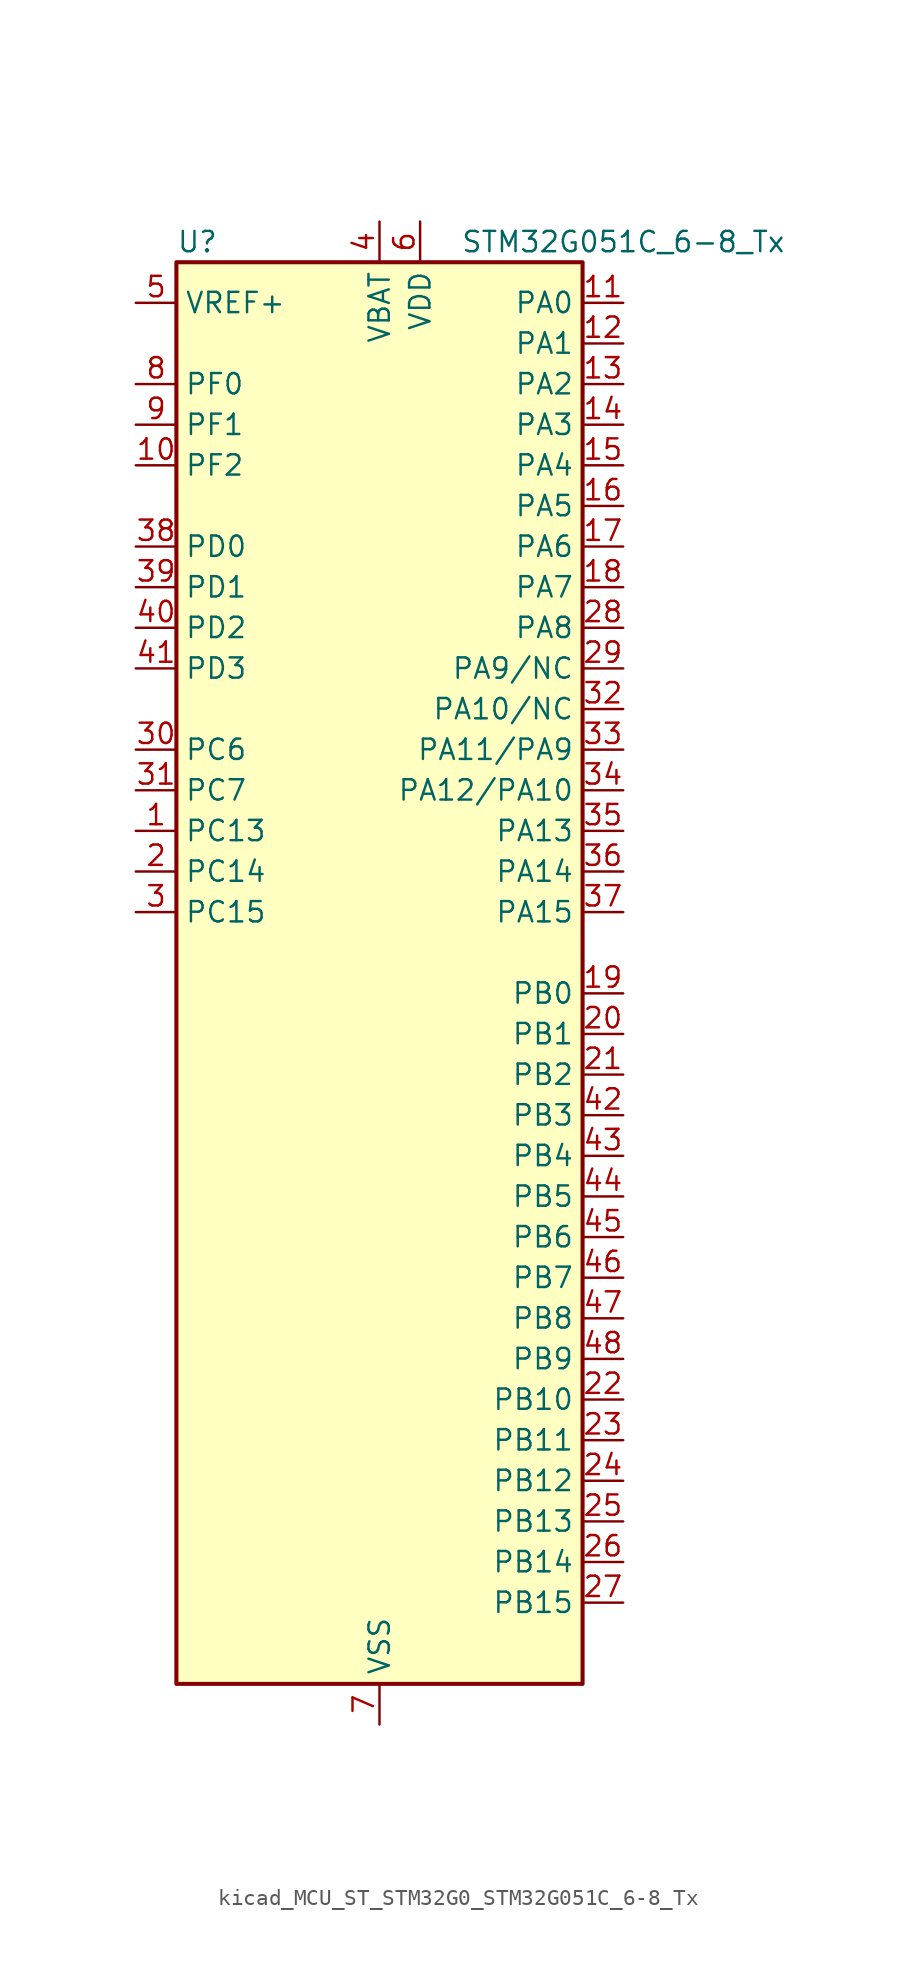
<source format=kicad_sym>
(kicad_symbol_lib
  (version 20220914)
  (generator kicad_symbol_editor)
  (symbol "kicad_MCU_ST_STM32G0_STM32G051C_6-8_Tx"
    (property "Reference" "U"
      (at -12.7 46.99 0)
      (effects (font (size 1.27 1.27)) (justify left)))
    (property "Value" "STM32G051C_6-8_Tx"
      (at 5.08 46.99 0)
      (effects (font (size 1.27 1.27)) (justify left)))
    (property "ki_locked" ""
      (at 0 0 0)
      (effects (font (size 1.27 1.27))))
    (symbol "kicad_MCU_ST_STM32G0_STM32G051C_6-8_Tx_0_1"
      (rectangle (start -12.7 -43.18) (end 12.7 45.72) (stroke (width 0.254) (type default)) (fill (type background))))
    (symbol "kicad_MCU_ST_STM32G0_STM32G051C_6-8_Tx_1_1"
      (pin bidirectional line (at -15.24 10.16 0) (length 2.54) (name "PC13" (effects (font (size 1.27 1.27)))) (number "1" (effects (font (size 1.27 1.27)))) (alternate "RTC_OUT1" bidirectional line) (alternate "RTC_TAMP_IN1" bidirectional line) (alternate "RTC_TS" bidirectional line) (alternate "SYS_WKUP2" bidirectional line) (alternate "TIM1_BK" bidirectional line))
      (pin bidirectional line (at -15.24 33.02 0) (length 2.54) (name "PF2" (effects (font (size 1.27 1.27)))) (number "10" (effects (font (size 1.27 1.27)))) (alternate "RCC_MCO" bidirectional line))
      (pin bidirectional line (at 15.24 43.18 180) (length 2.54) (name "PA0" (effects (font (size 1.27 1.27)))) (number "11" (effects (font (size 1.27 1.27)))) (alternate "ADC1_IN0" bidirectional line) (alternate "COMP1_INM" bidirectional line) (alternate "COMP1_OUT" bidirectional line) (alternate "LPTIM1_OUT" bidirectional line) (alternate "RTC_TAMP_IN2" bidirectional line) (alternate "SPI2_SCK" bidirectional line) (alternate "SYS_WKUP1" bidirectional line) (alternate "TIM2_CH1" bidirectional line) (alternate "TIM2_ETR" bidirectional line) (alternate "USART2_CTS" bidirectional line) (alternate "USART2_NSS" bidirectional line))
      (pin bidirectional line (at 15.24 40.64 180) (length 2.54) (name "PA1" (effects (font (size 1.27 1.27)))) (number "12" (effects (font (size 1.27 1.27)))) (alternate "ADC1_IN1" bidirectional line) (alternate "COMP1_INP" bidirectional line) (alternate "I2C1_SMBA" bidirectional line) (alternate "I2S1_CK" bidirectional line) (alternate "SPI1_SCK" bidirectional line) (alternate "TIM15_CH1N" bidirectional line) (alternate "TIM2_CH2" bidirectional line) (alternate "USART2_CK" bidirectional line) (alternate "USART2_DE" bidirectional line) (alternate "USART2_RTS" bidirectional line))
      (pin bidirectional line (at 15.24 38.1 180) (length 2.54) (name "PA2" (effects (font (size 1.27 1.27)))) (number "13" (effects (font (size 1.27 1.27)))) (alternate "ADC1_IN2" bidirectional line) (alternate "COMP2_INM" bidirectional line) (alternate "COMP2_OUT" bidirectional line) (alternate "I2S1_SD" bidirectional line) (alternate "LPUART1_TX" bidirectional line) (alternate "RCC_LSCO" bidirectional line) (alternate "SPI1_MOSI" bidirectional line) (alternate "SYS_WKUP4" bidirectional line) (alternate "TIM15_CH1" bidirectional line) (alternate "TIM2_CH3" bidirectional line) (alternate "USART2_TX" bidirectional line))
      (pin bidirectional line (at 15.24 35.56 180) (length 2.54) (name "PA3" (effects (font (size 1.27 1.27)))) (number "14" (effects (font (size 1.27 1.27)))) (alternate "ADC1_IN3" bidirectional line) (alternate "COMP2_INP" bidirectional line) (alternate "LPUART1_RX" bidirectional line) (alternate "SPI2_MISO" bidirectional line) (alternate "TIM15_CH2" bidirectional line) (alternate "TIM2_CH4" bidirectional line) (alternate "USART2_RX" bidirectional line))
      (pin bidirectional line (at 15.24 33.02 180) (length 2.54) (name "PA4" (effects (font (size 1.27 1.27)))) (number "15" (effects (font (size 1.27 1.27)))) (alternate "ADC1_IN4" bidirectional line) (alternate "DAC1_OUT1" bidirectional line) (alternate "I2S1_WS" bidirectional line) (alternate "LPTIM2_OUT" bidirectional line) (alternate "RTC_OUT2" bidirectional line) (alternate "SPI1_NSS" bidirectional line) (alternate "SPI2_MOSI" bidirectional line) (alternate "TIM14_CH1" bidirectional line))
      (pin bidirectional line (at 15.24 30.48 180) (length 2.54) (name "PA5" (effects (font (size 1.27 1.27)))) (number "16" (effects (font (size 1.27 1.27)))) (alternate "ADC1_IN5" bidirectional line) (alternate "DAC1_OUT2" bidirectional line) (alternate "I2S1_CK" bidirectional line) (alternate "LPTIM2_ETR" bidirectional line) (alternate "SPI1_SCK" bidirectional line) (alternate "TIM2_CH1" bidirectional line) (alternate "TIM2_ETR" bidirectional line))
      (pin bidirectional line (at 15.24 27.94 180) (length 2.54) (name "PA6" (effects (font (size 1.27 1.27)))) (number "17" (effects (font (size 1.27 1.27)))) (alternate "ADC1_IN6" bidirectional line) (alternate "COMP1_OUT" bidirectional line) (alternate "I2S1_MCK" bidirectional line) (alternate "LPUART1_CTS" bidirectional line) (alternate "SPI1_MISO" bidirectional line) (alternate "TIM16_CH1" bidirectional line) (alternate "TIM1_BK" bidirectional line) (alternate "TIM3_CH1" bidirectional line))
      (pin bidirectional line (at 15.24 25.4 180) (length 2.54) (name "PA7" (effects (font (size 1.27 1.27)))) (number "18" (effects (font (size 1.27 1.27)))) (alternate "ADC1_IN7" bidirectional line) (alternate "COMP2_OUT" bidirectional line) (alternate "I2S1_SD" bidirectional line) (alternate "SPI1_MOSI" bidirectional line) (alternate "TIM14_CH1" bidirectional line) (alternate "TIM17_CH1" bidirectional line) (alternate "TIM1_CH1N" bidirectional line) (alternate "TIM3_CH2" bidirectional line))
      (pin bidirectional line (at 15.24 0 180) (length 2.54) (name "PB0" (effects (font (size 1.27 1.27)))) (number "19" (effects (font (size 1.27 1.27)))) (alternate "ADC1_IN8" bidirectional line) (alternate "COMP1_OUT" bidirectional line) (alternate "I2S1_WS" bidirectional line) (alternate "LPTIM1_OUT" bidirectional line) (alternate "SPI1_NSS" bidirectional line) (alternate "TIM1_CH2N" bidirectional line) (alternate "TIM3_CH3" bidirectional line))
      (pin bidirectional line (at -15.24 7.62 0) (length 2.54) (name "PC14" (effects (font (size 1.27 1.27)))) (number "2" (effects (font (size 1.27 1.27)))) (alternate "RCC_OSC32_IN" bidirectional line) (alternate "TIM1_BK2" bidirectional line))
      (pin bidirectional line (at 15.24 -2.54 180) (length 2.54) (name "PB1" (effects (font (size 1.27 1.27)))) (number "20" (effects (font (size 1.27 1.27)))) (alternate "ADC1_IN9" bidirectional line) (alternate "COMP1_INM" bidirectional line) (alternate "LPTIM2_IN1" bidirectional line) (alternate "LPUART1_DE" bidirectional line) (alternate "LPUART1_RTS" bidirectional line) (alternate "TIM14_CH1" bidirectional line) (alternate "TIM1_CH3N" bidirectional line) (alternate "TIM3_CH4" bidirectional line))
      (pin bidirectional line (at 15.24 -5.08 180) (length 2.54) (name "PB2" (effects (font (size 1.27 1.27)))) (number "21" (effects (font (size 1.27 1.27)))) (alternate "ADC1_IN10" bidirectional line) (alternate "COMP1_INP" bidirectional line) (alternate "LPTIM1_OUT" bidirectional line) (alternate "SPI2_MISO" bidirectional line))
      (pin bidirectional line (at 15.24 -25.4 180) (length 2.54) (name "PB10" (effects (font (size 1.27 1.27)))) (number "22" (effects (font (size 1.27 1.27)))) (alternate "ADC1_IN11" bidirectional line) (alternate "COMP1_OUT" bidirectional line) (alternate "I2C2_SCL" bidirectional line) (alternate "LPUART1_RX" bidirectional line) (alternate "SPI2_SCK" bidirectional line) (alternate "TIM2_CH3" bidirectional line))
      (pin bidirectional line (at 15.24 -27.94 180) (length 2.54) (name "PB11" (effects (font (size 1.27 1.27)))) (number "23" (effects (font (size 1.27 1.27)))) (alternate "ADC1_EXTI11" bidirectional line) (alternate "ADC1_IN15" bidirectional line) (alternate "COMP2_OUT" bidirectional line) (alternate "I2C2_SDA" bidirectional line) (alternate "LPUART1_TX" bidirectional line) (alternate "SPI2_MOSI" bidirectional line) (alternate "TIM2_CH4" bidirectional line))
      (pin bidirectional line (at 15.24 -30.48 180) (length 2.54) (name "PB12" (effects (font (size 1.27 1.27)))) (number "24" (effects (font (size 1.27 1.27)))) (alternate "ADC1_IN16" bidirectional line) (alternate "LPUART1_DE" bidirectional line) (alternate "LPUART1_RTS" bidirectional line) (alternate "SPI2_NSS" bidirectional line) (alternate "TIM15_BK" bidirectional line) (alternate "TIM1_BK" bidirectional line))
      (pin bidirectional line (at 15.24 -33.02 180) (length 2.54) (name "PB13" (effects (font (size 1.27 1.27)))) (number "25" (effects (font (size 1.27 1.27)))) (alternate "I2C2_SCL" bidirectional line) (alternate "LPUART1_CTS" bidirectional line) (alternate "SPI2_SCK" bidirectional line) (alternate "TIM15_CH1N" bidirectional line) (alternate "TIM1_CH1N" bidirectional line))
      (pin bidirectional line (at 15.24 -35.56 180) (length 2.54) (name "PB14" (effects (font (size 1.27 1.27)))) (number "26" (effects (font (size 1.27 1.27)))) (alternate "I2C2_SDA" bidirectional line) (alternate "SPI2_MISO" bidirectional line) (alternate "TIM15_CH1" bidirectional line) (alternate "TIM1_CH2N" bidirectional line))
      (pin bidirectional line (at 15.24 -38.1 180) (length 2.54) (name "PB15" (effects (font (size 1.27 1.27)))) (number "27" (effects (font (size 1.27 1.27)))) (alternate "RTC_REFIN" bidirectional line) (alternate "SPI2_MOSI" bidirectional line) (alternate "TIM15_CH1N" bidirectional line) (alternate "TIM15_CH2" bidirectional line) (alternate "TIM1_CH3N" bidirectional line))
      (pin bidirectional line (at 15.24 22.86 180) (length 2.54) (name "PA8" (effects (font (size 1.27 1.27)))) (number "28" (effects (font (size 1.27 1.27)))) (alternate "LPTIM2_OUT" bidirectional line) (alternate "RCC_MCO" bidirectional line) (alternate "SPI2_NSS" bidirectional line) (alternate "TIM1_CH1" bidirectional line))
      (pin bidirectional line (at 15.24 20.32 180) (length 2.54) (name "PA9/NC" (effects (font (size 1.27 1.27)))) (number "29" (effects (font (size 1.27 1.27)))) (alternate "DAC1_EXTI9" bidirectional line) (alternate "I2C1_SCL" bidirectional line) (alternate "RCC_MCO" bidirectional line) (alternate "SPI2_MISO" bidirectional line) (alternate "TIM15_BK" bidirectional line) (alternate "TIM1_CH2" bidirectional line) (alternate "USART1_TX" bidirectional line))
      (pin bidirectional line (at -15.24 5.08 0) (length 2.54) (name "PC15" (effects (font (size 1.27 1.27)))) (number "3" (effects (font (size 1.27 1.27)))) (alternate "RCC_OSC32_EN" bidirectional line) (alternate "RCC_OSC32_OUT" bidirectional line) (alternate "RCC_OSC_EN" bidirectional line) (alternate "TIM15_BK" bidirectional line))
      (pin bidirectional line (at -15.24 15.24 0) (length 2.54) (name "PC6" (effects (font (size 1.27 1.27)))) (number "30" (effects (font (size 1.27 1.27)))) (alternate "TIM2_CH3" bidirectional line) (alternate "TIM3_CH1" bidirectional line))
      (pin bidirectional line (at -15.24 12.7 0) (length 2.54) (name "PC7" (effects (font (size 1.27 1.27)))) (number "31" (effects (font (size 1.27 1.27)))) (alternate "TIM2_CH4" bidirectional line) (alternate "TIM3_CH2" bidirectional line))
      (pin bidirectional line (at 15.24 17.78 180) (length 2.54) (name "PA10/NC" (effects (font (size 1.27 1.27)))) (number "32" (effects (font (size 1.27 1.27)))) (alternate "I2C1_SDA" bidirectional line) (alternate "SPI2_MOSI" bidirectional line) (alternate "TIM17_BK" bidirectional line) (alternate "TIM1_CH3" bidirectional line) (alternate "USART1_RX" bidirectional line))
      (pin bidirectional line (at 15.24 15.24 180) (length 2.54) (name "PA11/PA9" (effects (font (size 1.27 1.27)))) (number "33" (effects (font (size 1.27 1.27)))) (alternate "ADC1_EXTI11" bidirectional line) (alternate "COMP1_OUT" bidirectional line) (alternate "I2C2_SCL" bidirectional line) (alternate "I2S1_MCK" bidirectional line) (alternate "SPI1_MISO" bidirectional line) (alternate "TIM1_BK2" bidirectional line) (alternate "TIM1_CH4" bidirectional line) (alternate "USART1_CTS" bidirectional line) (alternate "USART1_NSS" bidirectional line))
      (pin bidirectional line (at 15.24 12.7 180) (length 2.54) (name "PA12/PA10" (effects (font (size 1.27 1.27)))) (number "34" (effects (font (size 1.27 1.27)))) (alternate "COMP2_OUT" bidirectional line) (alternate "I2C2_SDA" bidirectional line) (alternate "I2S1_SD" bidirectional line) (alternate "I2S_CKIN" bidirectional line) (alternate "SPI1_MOSI" bidirectional line) (alternate "TIM1_ETR" bidirectional line) (alternate "USART1_CK" bidirectional line) (alternate "USART1_DE" bidirectional line) (alternate "USART1_RTS" bidirectional line))
      (pin bidirectional line (at 15.24 10.16 180) (length 2.54) (name "PA13" (effects (font (size 1.27 1.27)))) (number "35" (effects (font (size 1.27 1.27)))) (alternate "ADC1_IN17" bidirectional line) (alternate "IR_OUT" bidirectional line) (alternate "SYS_SWDIO" bidirectional line))
      (pin bidirectional line (at 15.24 7.62 180) (length 2.54) (name "PA14" (effects (font (size 1.27 1.27)))) (number "36" (effects (font (size 1.27 1.27)))) (alternate "ADC1_IN18" bidirectional line) (alternate "SYS_SWCLK" bidirectional line) (alternate "USART2_TX" bidirectional line))
      (pin bidirectional line (at 15.24 5.08 180) (length 2.54) (name "PA15" (effects (font (size 1.27 1.27)))) (number "37" (effects (font (size 1.27 1.27)))) (alternate "I2S1_WS" bidirectional line) (alternate "SPI1_NSS" bidirectional line) (alternate "TIM2_CH1" bidirectional line) (alternate "TIM2_ETR" bidirectional line) (alternate "USART2_RX" bidirectional line))
      (pin bidirectional line (at -15.24 27.94 0) (length 2.54) (name "PD0" (effects (font (size 1.27 1.27)))) (number "38" (effects (font (size 1.27 1.27)))) (alternate "SPI2_NSS" bidirectional line) (alternate "TIM16_CH1" bidirectional line))
      (pin bidirectional line (at -15.24 25.4 0) (length 2.54) (name "PD1" (effects (font (size 1.27 1.27)))) (number "39" (effects (font (size 1.27 1.27)))) (alternate "SPI2_SCK" bidirectional line) (alternate "TIM17_CH1" bidirectional line))
      (pin power_in line (at 0 48.26 270) (length 2.54) (name "VBAT" (effects (font (size 1.27 1.27)))) (number "4" (effects (font (size 1.27 1.27)))))
      (pin bidirectional line (at -15.24 22.86 0) (length 2.54) (name "PD2" (effects (font (size 1.27 1.27)))) (number "40" (effects (font (size 1.27 1.27)))) (alternate "TIM1_CH1N" bidirectional line) (alternate "TIM3_ETR" bidirectional line))
      (pin bidirectional line (at -15.24 20.32 0) (length 2.54) (name "PD3" (effects (font (size 1.27 1.27)))) (number "41" (effects (font (size 1.27 1.27)))) (alternate "SPI2_MISO" bidirectional line) (alternate "TIM1_CH2N" bidirectional line) (alternate "USART2_CTS" bidirectional line) (alternate "USART2_NSS" bidirectional line))
      (pin bidirectional line (at 15.24 -7.62 180) (length 2.54) (name "PB3" (effects (font (size 1.27 1.27)))) (number "42" (effects (font (size 1.27 1.27)))) (alternate "COMP2_INM" bidirectional line) (alternate "I2S1_CK" bidirectional line) (alternate "SPI1_SCK" bidirectional line) (alternate "TIM1_CH2" bidirectional line) (alternate "TIM2_CH2" bidirectional line) (alternate "USART1_CK" bidirectional line) (alternate "USART1_DE" bidirectional line) (alternate "USART1_RTS" bidirectional line))
      (pin bidirectional line (at 15.24 -10.16 180) (length 2.54) (name "PB4" (effects (font (size 1.27 1.27)))) (number "43" (effects (font (size 1.27 1.27)))) (alternate "COMP2_INP" bidirectional line) (alternate "I2S1_MCK" bidirectional line) (alternate "SPI1_MISO" bidirectional line) (alternate "TIM17_BK" bidirectional line) (alternate "TIM3_CH1" bidirectional line) (alternate "USART1_CTS" bidirectional line) (alternate "USART1_NSS" bidirectional line))
      (pin bidirectional line (at 15.24 -12.7 180) (length 2.54) (name "PB5" (effects (font (size 1.27 1.27)))) (number "44" (effects (font (size 1.27 1.27)))) (alternate "COMP2_OUT" bidirectional line) (alternate "I2C1_SMBA" bidirectional line) (alternate "I2S1_SD" bidirectional line) (alternate "LPTIM1_IN1" bidirectional line) (alternate "SPI1_MOSI" bidirectional line) (alternate "SYS_WKUP6" bidirectional line) (alternate "TIM16_BK" bidirectional line) (alternate "TIM3_CH2" bidirectional line))
      (pin bidirectional line (at 15.24 -15.24 180) (length 2.54) (name "PB6" (effects (font (size 1.27 1.27)))) (number "45" (effects (font (size 1.27 1.27)))) (alternate "COMP2_INP" bidirectional line) (alternate "I2C1_SCL" bidirectional line) (alternate "LPTIM1_ETR" bidirectional line) (alternate "SPI2_MISO" bidirectional line) (alternate "TIM16_CH1N" bidirectional line) (alternate "TIM1_CH3" bidirectional line) (alternate "USART1_TX" bidirectional line))
      (pin bidirectional line (at 15.24 -17.78 180) (length 2.54) (name "PB7" (effects (font (size 1.27 1.27)))) (number "46" (effects (font (size 1.27 1.27)))) (alternate "COMP2_INM" bidirectional line) (alternate "I2C1_SDA" bidirectional line) (alternate "LPTIM1_IN2" bidirectional line) (alternate "SPI2_MOSI" bidirectional line) (alternate "SYS_PVD_IN" bidirectional line) (alternate "TIM17_CH1N" bidirectional line) (alternate "USART1_RX" bidirectional line))
      (pin bidirectional line (at 15.24 -20.32 180) (length 2.54) (name "PB8" (effects (font (size 1.27 1.27)))) (number "47" (effects (font (size 1.27 1.27)))) (alternate "I2C1_SCL" bidirectional line) (alternate "SPI2_SCK" bidirectional line) (alternate "TIM15_BK" bidirectional line) (alternate "TIM16_CH1" bidirectional line))
      (pin bidirectional line (at 15.24 -22.86 180) (length 2.54) (name "PB9" (effects (font (size 1.27 1.27)))) (number "48" (effects (font (size 1.27 1.27)))) (alternate "DAC1_EXTI9" bidirectional line) (alternate "I2C1_SDA" bidirectional line) (alternate "IR_OUT" bidirectional line) (alternate "SPI2_NSS" bidirectional line) (alternate "TIM17_CH1" bidirectional line))
      (pin input line (at -15.24 43.18 0) (length 2.54) (name "VREF+" (effects (font (size 1.27 1.27)))) (number "5" (effects (font (size 1.27 1.27)))) (alternate "VREFBUF_OUT" bidirectional line))
      (pin power_in line (at 2.54 48.26 270) (length 2.54) (name "VDD" (effects (font (size 1.27 1.27)))) (number "6" (effects (font (size 1.27 1.27)))))
      (pin power_in line (at 0 -45.72 90) (length 2.54) (name "VSS" (effects (font (size 1.27 1.27)))) (number "7" (effects (font (size 1.27 1.27)))))
      (pin bidirectional line (at -15.24 38.1 0) (length 2.54) (name "PF0" (effects (font (size 1.27 1.27)))) (number "8" (effects (font (size 1.27 1.27)))) (alternate "RCC_OSC_IN" bidirectional line) (alternate "TIM14_CH1" bidirectional line))
      (pin bidirectional line (at -15.24 35.56 0) (length 2.54) (name "PF1" (effects (font (size 1.27 1.27)))) (number "9" (effects (font (size 1.27 1.27)))) (alternate "RCC_OSC_EN" bidirectional line) (alternate "RCC_OSC_OUT" bidirectional line) (alternate "TIM15_CH1N" bidirectional line)))))
</source>
